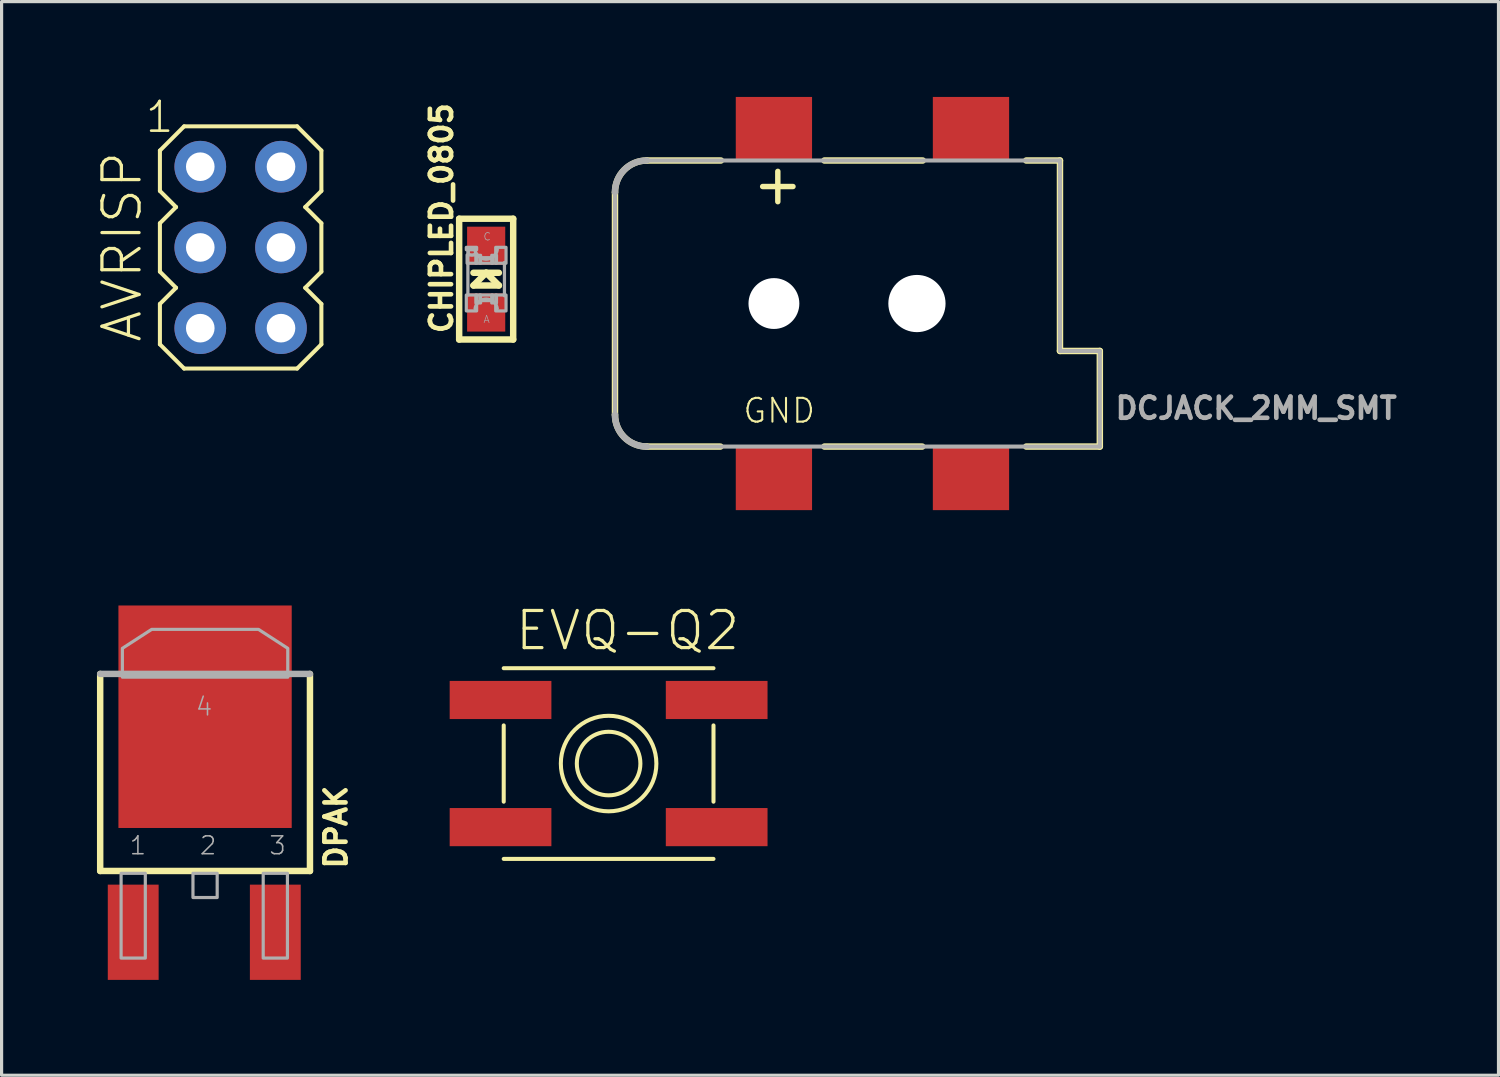
<source format=kicad_pcb>
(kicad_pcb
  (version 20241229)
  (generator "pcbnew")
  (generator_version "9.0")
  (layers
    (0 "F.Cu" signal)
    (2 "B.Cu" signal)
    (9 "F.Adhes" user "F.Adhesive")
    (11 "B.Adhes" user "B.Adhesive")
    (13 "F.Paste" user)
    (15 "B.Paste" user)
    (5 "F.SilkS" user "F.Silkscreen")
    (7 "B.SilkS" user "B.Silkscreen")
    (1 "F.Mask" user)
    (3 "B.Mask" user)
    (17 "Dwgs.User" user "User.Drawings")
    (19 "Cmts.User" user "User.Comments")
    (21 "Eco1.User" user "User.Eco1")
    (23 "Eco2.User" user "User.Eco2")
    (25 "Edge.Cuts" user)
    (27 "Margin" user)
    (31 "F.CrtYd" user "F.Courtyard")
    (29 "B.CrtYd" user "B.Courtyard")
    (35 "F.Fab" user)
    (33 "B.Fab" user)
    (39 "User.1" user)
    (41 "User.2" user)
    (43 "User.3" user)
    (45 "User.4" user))
  (footprint "DCJACK_2MM_SMT"
    (layer "F.Cu")
    (at 21.299 6.5)
    (property "Reference" "DCJACK_2MM_SMT" (at 10.668 3.683 0) (layer "F.Fab") (effects (font (size 0.666 0.666) (thickness 0.146)) (justify left bottom)))
    (fp_line (start -5 -3.5) (end -5 3.5) (stroke (width 0.203) (type solid)) (layer "F.SilkS"))
    (fp_line (start -4 4.5) (end -1.684 4.5) (stroke (width 0.203) (type solid)) (layer "F.SilkS"))
    (fp_line (start -1.668 -4.5) (end -4 -4.5) (stroke (width 0.203) (type solid)) (layer "F.SilkS"))
    (fp_line (start 1.588 4.5) (end 4.666 4.5) (stroke (width 0.203) (type solid)) (layer "F.SilkS"))
    (fp_line (start 4.682 -4.5) (end 1.588 -4.5) (stroke (width 0.203) (type solid)) (layer "F.SilkS"))
    (fp_line (start 7.938 4.5) (end 10.254 4.5) (stroke (width 0.203) (type solid)) (layer "F.SilkS"))
    (fp_line (start 9 -4.5) (end 7.938 -4.5) (stroke (width 0.203) (type solid)) (layer "F.SilkS"))
    (fp_line (start 9 1.492) (end 9 -4.5) (stroke (width 0.203) (type solid)) (layer "F.SilkS"))
    (fp_line (start 10.254 1.492) (end 9 1.492) (stroke (width 0.203) (type solid)) (layer "F.SilkS"))
    (fp_line (start 10.254 4.5) (end 10.254 1.492) (stroke (width 0.203) (type solid)) (layer "F.SilkS"))
    (fp_arc (start -5 -3.5) (mid -4.707107 -4.207107) (end -4 -4.5) (stroke (width 0.2032) (type solid)) (layer "F.SilkS"))
    (fp_arc (start -4 4.5) (mid -4.707107 4.207107) (end -5 3.5) (stroke (width 0.2032) (type solid)) (layer "F.SilkS"))
    (fp_line (start -5 -3.5) (end -5 3.5) (stroke (width 0.127) (type solid)) (layer "F.Fab"))
    (fp_line (start -4 4.5) (end 10.254 4.5) (stroke (width 0.127) (type solid)) (layer "F.Fab"))
    (fp_line (start 9 -4.5) (end -4 -4.5) (stroke (width 0.127) (type solid)) (layer "F.Fab"))
    (fp_line (start 9 1.492) (end 9 -4.5) (stroke (width 0.127) (type solid)) (layer "F.Fab"))
    (fp_line (start 10.254 1.492) (end 9 1.492) (stroke (width 0.127) (type solid)) (layer "F.Fab"))
    (fp_line (start 10.254 4.5) (end 10.254 1.492) (stroke (width 0.127) (type solid)) (layer "F.Fab"))
    (fp_arc (start -5 -3.5) (mid -4.707107 -4.207107) (end -4 -4.5) (stroke (width 0.2032) (type solid)) (layer "F.Fab"))
    (fp_arc (start -4 4.5) (mid -4.707107 4.207107) (end -5 3.5) (stroke (width 0.2032) (type solid)) (layer "F.Fab"))
    (fp_text user "GND" (at -1.016 3.81 0) (layer "F.SilkS") (effects (font (size 0.748 0.748) (thickness 0.065)) (justify left bottom)))
    (fp_text user "+" (at 0.762 -2.794 90) (layer "F.SilkS") (effects (font (size 1.252 1.252) (thickness 0.171)) (justify left bottom)))
    (pad "" np_thru_hole circle (at 0 0) (size 1.6 1.6) (drill 1.6) (layers "*.Cu" "*.Mask"))
    (pad "" np_thru_hole circle (at 4.5 0) (size 1.8 1.8) (drill 1.8) (layers "*.Cu" "*.Mask"))
    (pad "GND" smd rect (at 0 5.5) (size 2.4 2) (layers "F.Cu" "F.Mask" "F.Paste"))
    (pad "GNDBREAK" smd rect (at 6.2 5.5) (size 2.4 2) (layers "F.Cu" "F.Mask" "F.Paste"))
    (pad "PWR" smd rect (at 0 -5.5) (size 2.4 2) (layers "F.Cu" "F.Mask" "F.Paste"))
    (pad "PWR2" smd rect (at 6.2 -5.5) (size 2.4 2) (layers "F.Cu" "F.Mask" "F.Paste")))
  (footprint "CHIPLED_0805"
    (layer "F.Cu")
    (at 12.246 5.732)
    (property "Reference" "CHIPLED_0805" (at -1.016 1.778 90) (layer "F.SilkS") (effects (font (size 0.666 0.666) (thickness 0.146)) (justify left bottom)))
    (fp_line (start -0.85 -1.9) (end 0.85 -1.9) (stroke (width 0.203) (type solid)) (layer "F.SilkS"))
    (fp_line (start -0.85 1.9) (end -0.85 -1.9) (stroke (width 0.203) (type solid)) (layer "F.SilkS"))
    (fp_line (start -0.4 -0.2) (end 0 -0.2) (stroke (width 0.203) (type solid)) (layer "F.SilkS"))
    (fp_line (start -0.4 0.2) (end 0.4 0.2) (stroke (width 0.203) (type solid)) (layer "F.SilkS"))
    (fp_line (start 0 -0.2) (end -0.4 0.2) (stroke (width 0.203) (type solid)) (layer "F.SilkS"))
    (fp_line (start 0 -0.2) (end 0.4 -0.2) (stroke (width 0.203) (type solid)) (layer "F.SilkS"))
    (fp_line (start 0.4 0.2) (end 0 -0.2) (stroke (width 0.203) (type solid)) (layer "F.SilkS"))
    (fp_line (start 0.85 -1.9) (end 0.85 1.9) (stroke (width 0.203) (type solid)) (layer "F.SilkS"))
    (fp_line (start 0.85 1.9) (end -0.85 1.9) (stroke (width 0.203) (type solid)) (layer "F.SilkS"))
    (fp_line (start -0.575 0.5) (end -0.575 -0.925) (stroke (width 0.102) (type solid)) (layer "F.Fab"))
    (fp_line (start 0.575 -0.525) (end 0.575 0.525) (stroke (width 0.102) (type solid)) (layer "F.Fab"))
    (fp_arc (start -0.35 0.925) (mid -0.000001 0.625027) (end 0.35 0.924998) (stroke (width 0.1016) (type solid)) (layer "F.Fab"))
    (fp_arc (start 0.35 -0.924998) (mid -0.000001 -0.625027) (end -0.35 -0.925) (stroke (width 0.1016) (type solid)) (layer "F.Fab"))
    (fp_circle (center -0.45 -0.85) (end -0.347 -0.85) (stroke (width 0.076) (type solid)) (fill no) (layer "F.Fab"))
    (fp_poly (pts (xy -0.625 -0.925) (xy -0.3 -0.925) (xy -0.3 -1) (xy -0.625 -1)) (stroke (width 0.1) (type default)) (fill no) (layer "F.Fab"))
    (fp_poly (pts (xy -0.625 1) (xy -0.3 1) (xy -0.3 0.5) (xy -0.625 0.5)) (stroke (width 0.1) (type default)) (fill no) (layer "F.Fab"))
    (fp_poly (pts (xy -0.6 -0.5) (xy -0.3 -0.5) (xy -0.3 -0.762) (xy -0.6 -0.762)) (stroke (width 0.1) (type default)) (fill no) (layer "F.Fab"))
    (fp_poly (pts (xy -0.325 -0.5) (xy -0.175 -0.5) (xy -0.175 -0.75) (xy -0.325 -0.75)) (stroke (width 0.1) (type default)) (fill no) (layer "F.Fab"))
    (fp_poly (pts (xy -0.325 0.75) (xy -0.175 0.75) (xy -0.175 0.5) (xy -0.325 0.5)) (stroke (width 0.1) (type default)) (fill no) (layer "F.Fab"))
    (fp_poly (pts (xy -0.2 -0.5) (xy 0.2 -0.5) (xy 0.2 -0.675) (xy -0.2 -0.675)) (stroke (width 0.1) (type default)) (fill no) (layer "F.Fab"))
    (fp_poly (pts (xy -0.2 0.675) (xy 0.2 0.675) (xy 0.2 0.5) (xy -0.2 0.5)) (stroke (width 0.1) (type default)) (fill no) (layer "F.Fab"))
    (fp_poly (pts (xy 0.175 -0.5) (xy 0.325 -0.5) (xy 0.325 -0.75) (xy 0.175 -0.75)) (stroke (width 0.1) (type default)) (fill no) (layer "F.Fab"))
    (fp_poly (pts (xy 0.175 0.75) (xy 0.325 0.75) (xy 0.325 0.5) (xy 0.175 0.5)) (stroke (width 0.1) (type default)) (fill no) (layer "F.Fab"))
    (fp_poly (pts (xy 0.3 -0.5) (xy 0.625 -0.5) (xy 0.625 -1) (xy 0.3 -1)) (stroke (width 0.1) (type default)) (fill no) (layer "F.Fab"))
    (fp_poly (pts (xy 0.3 1) (xy 0.625 1) (xy 0.625 0.5) (xy 0.3 0.5)) (stroke (width 0.1) (type default)) (fill no) (layer "F.Fab"))
    (fp_text user "C" (at -0.1 -1.2 0) (layer "F.Fab") (effects (font (size 0.234 0.234) (thickness 0.02)) (justify left bottom)))
    (fp_text user "A" (at -0.1 1.4 0) (layer "F.Fab") (effects (font (size 0.234 0.234) (thickness 0.02)) (justify left bottom)))
    (pad "A" smd rect (at 0 1.05) (size 1.2 1.2) (layers "F.Cu" "F.Mask" "F.Paste"))
    (pad "C" smd rect (at 0 -1.05) (size 1.2 1.2) (layers "F.Cu" "F.Mask" "F.Paste")))
  (footprint "DPAK"
    (layer "F.Cu")
    (at 3.402 21.353)
    (property "Reference" "DPAK" (at 4.508 3 90) (layer "F.SilkS") (effects (font (size 0.666 0.666) (thickness 0.146)) (justify left bottom)))
    (fp_line (start -3.3 -3.2) (end -3.3 3) (stroke (width 0.203) (type solid)) (layer "F.SilkS"))
    (fp_line (start 3.3 3) (end -3.3 3) (stroke (width 0.203) (type solid)) (layer "F.SilkS"))
    (fp_line (start 3.3 3) (end 3.3 -3.2) (stroke (width 0.203) (type solid)) (layer "F.SilkS"))
    (fp_line (start 3.3 -3.2) (end -3.3 -3.2) (stroke (width 0.203) (type solid)) (layer "F.Fab"))
    (fp_poly (pts (xy -2.642 5.74) (xy -1.88 5.74) (xy -1.88 3.073) (xy -2.642 3.073)) (stroke (width 0.1) (type default)) (fill no) (layer "F.Fab"))
    (fp_poly (pts (xy -0.381 3.835) (xy 0.381 3.835) (xy 0.381 3.073) (xy -0.381 3.073)) (stroke (width 0.1) (type default)) (fill no) (layer "F.Fab"))
    (fp_poly (pts (xy 1.829 5.74) (xy 2.591 5.74) (xy 2.591 3.073) (xy 1.829 3.073)) (stroke (width 0.1) (type default)) (fill no) (layer "F.Fab"))
    (fp_poly (pts (xy 2.602 -4.005) (xy 2.602 -3.098) (xy -2.602 -3.098) (xy -2.602 -4.005) (xy -1.68 -4.602) (xy 1.68 -4.602)) (stroke (width 0.1) (type default)) (fill no) (layer "F.Fab"))
    (fp_text user "3" (at 1.981 2.527 0) (layer "F.Fab") (effects (font (size 0.561 0.561) (thickness 0.049)) (justify left bottom)))
    (fp_text user "2" (at -0.203 2.527 0) (layer "F.Fab") (effects (font (size 0.561 0.561) (thickness 0.049)) (justify left bottom)))
    (fp_text user "1" (at -2.413 2.527 0) (layer "F.Fab") (effects (font (size 0.561 0.561) (thickness 0.049)) (justify left bottom)))
    (fp_text user "4" (at -0.33 -1.841 0) (layer "F.Fab") (effects (font (size 0.561 0.561) (thickness 0.049)) (justify left bottom)))
    (pad "1" smd rect (at -2.261 4.928) (size 1.6 2.997) (layers "F.Cu" "F.Mask" "F.Paste"))
    (pad "3" smd rect (at 2.21 4.928) (size 1.6 2.997) (layers "F.Cu" "F.Mask" "F.Paste"))
    (pad "4" smd rect (at 0 -1.853) (size 5.452 7) (layers "F.Cu" "F.Mask" "F.Paste")))
  (footprint "AVRISP"
    (layer "F.Cu")
    (at 4.521 4.735)
    (property "Reference" "AVRISP" (at -3.048 3.048 90) (layer "F.SilkS") (effects (font (size 1.168 1.168) (thickness 0.102)) (justify left bottom)))
    (fp_line (start -2.54 -3.048) (end -1.778 -3.81) (stroke (width 0.127) (type solid)) (layer "F.SilkS"))
    (fp_line (start -2.54 -1.778) (end -2.54 -3.048) (stroke (width 0.127) (type solid)) (layer "F.SilkS"))
    (fp_line (start -2.54 -0.762) (end -2.032 -1.27) (stroke (width 0.127) (type solid)) (layer "F.SilkS"))
    (fp_line (start -2.54 0.762) (end -2.54 -0.762) (stroke (width 0.127) (type solid)) (layer "F.SilkS"))
    (fp_line (start -2.54 1.778) (end -2.032 1.27) (stroke (width 0.127) (type solid)) (layer "F.SilkS"))
    (fp_line (start -2.54 3.048) (end -2.54 1.778) (stroke (width 0.127) (type solid)) (layer "F.SilkS"))
    (fp_line (start -2.032 -1.27) (end -2.54 -1.778) (stroke (width 0.127) (type solid)) (layer "F.SilkS"))
    (fp_line (start -2.032 1.27) (end -2.54 0.762) (stroke (width 0.127) (type solid)) (layer "F.SilkS"))
    (fp_line (start -1.778 -3.81) (end 1.778 -3.81) (stroke (width 0.127) (type solid)) (layer "F.SilkS"))
    (fp_line (start -1.778 3.81) (end -2.54 3.048) (stroke (width 0.127) (type solid)) (layer "F.SilkS"))
    (fp_line (start 1.778 -3.81) (end 2.54 -3.048) (stroke (width 0.127) (type solid)) (layer "F.SilkS"))
    (fp_line (start 1.778 3.81) (end -1.778 3.81) (stroke (width 0.127) (type solid)) (layer "F.SilkS"))
    (fp_line (start 2.032 -1.27) (end 2.54 -0.762) (stroke (width 0.127) (type solid)) (layer "F.SilkS"))
    (fp_line (start 2.032 1.27) (end 2.54 1.778) (stroke (width 0.127) (type solid)) (layer "F.SilkS"))
    (fp_line (start 2.54 -3.048) (end 2.54 -1.778) (stroke (width 0.127) (type solid)) (layer "F.SilkS"))
    (fp_line (start 2.54 -1.778) (end 2.032 -1.27) (stroke (width 0.127) (type solid)) (layer "F.SilkS"))
    (fp_line (start 2.54 -0.762) (end 2.54 0.762) (stroke (width 0.127) (type solid)) (layer "F.SilkS"))
    (fp_line (start 2.54 0.762) (end 2.032 1.27) (stroke (width 0.127) (type solid)) (layer "F.SilkS"))
    (fp_line (start 2.54 1.778) (end 2.54 3.048) (stroke (width 0.127) (type solid)) (layer "F.SilkS"))
    (fp_line (start 2.54 3.048) (end 1.778 3.81) (stroke (width 0.127) (type solid)) (layer "F.SilkS"))
    (fp_text user "1" (at -3.048 -3.556 0) (layer "F.SilkS") (effects (font (size 0.935 0.935) (thickness 0.081)) (justify left bottom)))
    (pad "1" thru_hole circle (at -1.27 -2.54) (size 1.626 1.626) (drill 0.9) (layers "*.Cu" "*.Mask"))
    (pad "2" thru_hole circle (at 1.27 -2.54) (size 1.626 1.626) (drill 0.9) (layers "*.Cu" "*.Mask"))
    (pad "3" thru_hole circle (at -1.27 0) (size 1.626 1.626) (drill 0.9) (layers "*.Cu" "*.Mask"))
    (pad "4" thru_hole circle (at 1.27 0) (size 1.626 1.626) (drill 0.9) (layers "*.Cu" "*.Mask"))
    (pad "5" thru_hole circle (at -1.27 2.54) (size 1.626 1.626) (drill 0.9) (layers "*.Cu" "*.Mask"))
    (pad "6" thru_hole circle (at 1.27 2.54) (size 1.626 1.626) (drill 0.9) (layers "*.Cu" "*.Mask")))
  (footprint "EVQ-Q2"
    (layer "F.Cu")
    (at 16.098 20.973)
    (property "Reference" "EVQ-Q2" (at -3 -3.5 0) (layer "F.SilkS") (effects (font (size 1.168 1.168) (thickness 0.102)) (justify left bottom)))
    (fp_line (start -3.3 -3) (end 3.3 -3) (stroke (width 0.127) (type solid)) (layer "F.SilkS"))
    (fp_line (start -3.3 1.2) (end -3.3 -1.2) (stroke (width 0.127) (type solid)) (layer "F.SilkS"))
    (fp_line (start 3.3 -1.2) (end 3.3 1.2) (stroke (width 0.127) (type solid)) (layer "F.SilkS"))
    (fp_line (start 3.3 3) (end -3.3 3) (stroke (width 0.127) (type solid)) (layer "F.SilkS"))
    (fp_circle (center 0 0) (end 1 0) (stroke (width 0.127) (type solid)) (fill no) (layer "F.SilkS"))
    (fp_circle (center 0 0) (end 1.503 0) (stroke (width 0.127) (type solid)) (fill no) (layer "F.SilkS"))
    (pad "A" smd rect (at -3.4 2) (size 3.2 1.2) (layers "F.Cu" "F.Mask" "F.Paste"))
    (pad "A'" smd rect (at 3.4 2) (size 3.2 1.2) (layers "F.Cu" "F.Mask" "F.Paste"))
    (pad "B" smd rect (at -3.4 -2) (size 3.2 1.2) (layers "F.Cu" "F.Mask" "F.Paste"))
    (pad "B'" smd rect (at 3.4 -2) (size 3.2 1.2) (layers "F.Cu" "F.Mask" "F.Paste")))
  (gr_rect
    (start -3 -3)
    (end 44.096 30.779)
    (stroke (width 0.1) (type default))
    (fill no)
    (layer "Edge.Cuts")))
</source>
